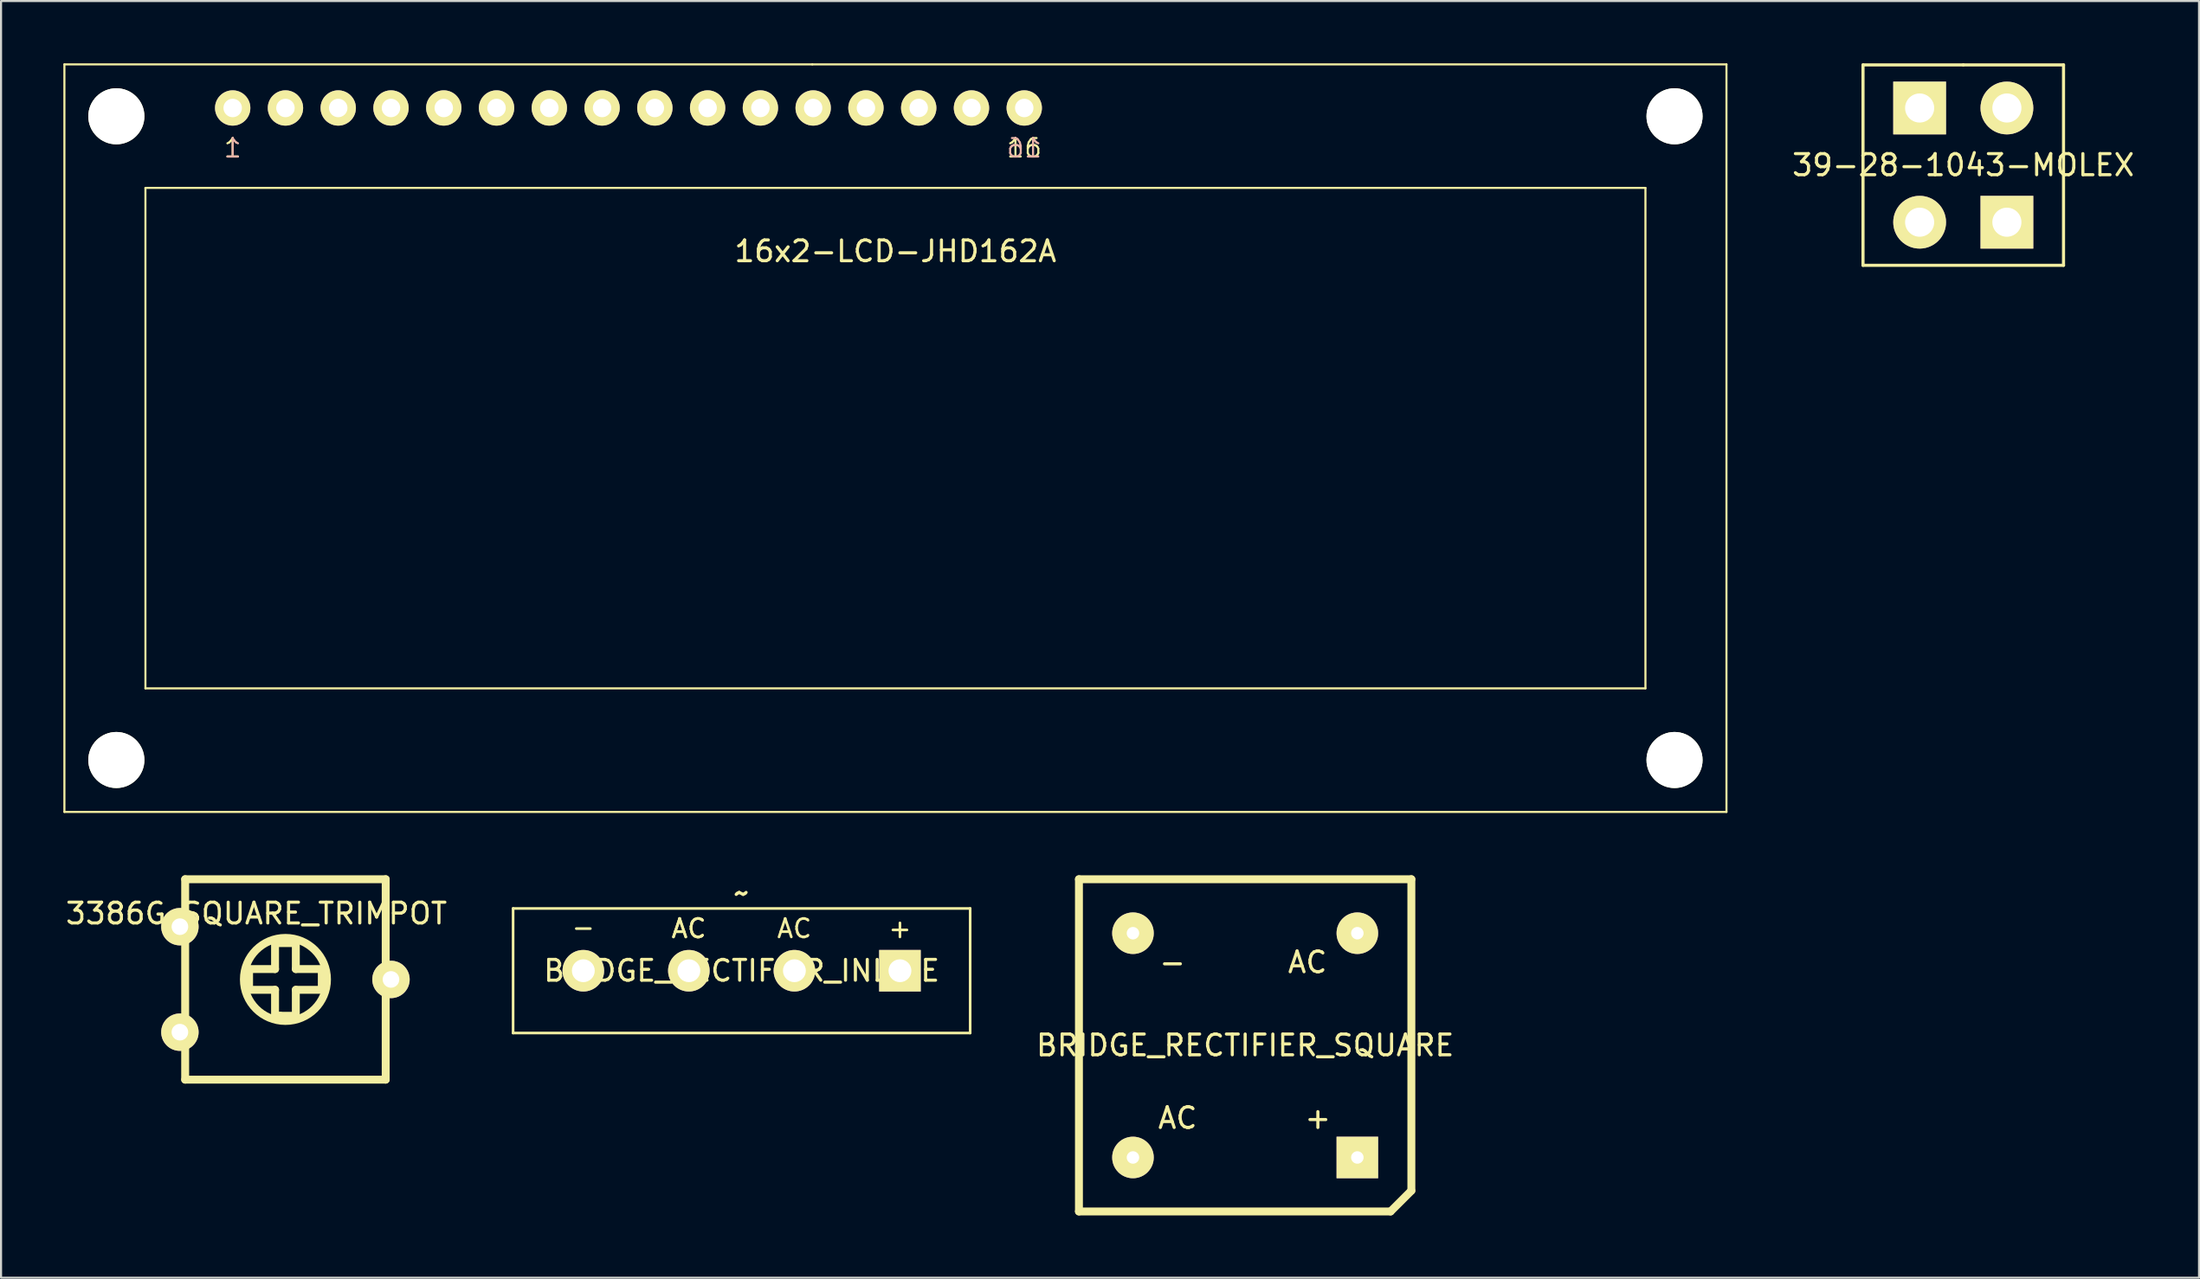
<source format=kicad_pcb>
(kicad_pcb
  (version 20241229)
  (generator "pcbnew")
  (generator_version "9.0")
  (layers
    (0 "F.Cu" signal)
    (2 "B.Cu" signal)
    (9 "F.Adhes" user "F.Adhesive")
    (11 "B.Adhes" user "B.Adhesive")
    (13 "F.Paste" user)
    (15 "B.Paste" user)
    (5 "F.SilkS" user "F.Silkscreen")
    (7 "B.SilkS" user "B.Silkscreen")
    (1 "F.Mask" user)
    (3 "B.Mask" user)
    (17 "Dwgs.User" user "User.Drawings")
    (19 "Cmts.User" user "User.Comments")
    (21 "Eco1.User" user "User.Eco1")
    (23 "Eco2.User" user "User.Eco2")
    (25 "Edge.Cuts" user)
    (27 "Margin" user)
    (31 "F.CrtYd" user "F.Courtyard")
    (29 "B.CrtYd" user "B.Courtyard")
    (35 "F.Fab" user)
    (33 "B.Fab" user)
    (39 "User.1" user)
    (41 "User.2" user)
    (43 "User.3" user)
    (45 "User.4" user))
  (footprint "BRIDGE_RECTIFIER_INLINE"
    (layer "F.Cu")
    (at 32.647 43.698)
    (property "Reference" "BRIDGE_RECTIFIER_INLINE" (at 0 0 0) (layer "F.SilkS") (effects (font (size 1 1) (thickness 0.15))))
    (attr through_hole)
    (fp_line (start -11 3) (end -11 -3) (stroke (width 0.127) (type solid)) (layer "F.SilkS"))
    (fp_line (start -11 3) (end 11 3) (stroke (width 0.127) (type solid)) (layer "F.SilkS"))
    (fp_line (start 11 -3) (end -11 -3) (stroke (width 0.127) (type solid)) (layer "F.SilkS"))
    (fp_line (start 11 -3) (end 11 3) (stroke (width 0.127) (type solid)) (layer "F.SilkS"))
    (fp_text user "AC" (at -2.54 -2.032 0) (layer "F.SilkS") (effects (font (size 0.889 0.889) (thickness 0.127))))
    (fp_text user "AC" (at -2.54 -2.032 0) (layer "F.SilkS") (effects (font (size 0.889 0.889) (thickness 0.127))))
    (fp_text user "+" (at 7.62 -2.032 0) (layer "F.SilkS") (effects (font (size 0.889 0.889) (thickness 0.127))))
    (fp_text user "-" (at -7.62 -2.095 0) (layer "F.SilkS") (effects (font (size 0.889 0.889) (thickness 0.127))))
    (fp_text user "~" (at 0 -3.75 0) (layer "F.SilkS") (effects (font (size 1 1) (thickness 0.15))))
    (fp_text user "AC" (at 2.54 -2.032 0) (layer "F.SilkS") (effects (font (size 0.889 0.889) (thickness 0.127))))
    (pad "1" thru_hole circle (at -7.62 0) (size 2 2) (drill 1.1) (layers "*.Cu" "*.Mask" "F.SilkS"))
    (pad "2" thru_hole circle (at 2.54 0) (size 2 2) (drill 1.1) (layers "*.Cu" "*.Mask" "F.SilkS"))
    (pad "3" thru_hole rect (at 7.62 0) (size 2 2) (drill 1.1) (layers "*.Cu" "*.Mask" "F.SilkS"))
    (pad "4" thru_hole circle (at -2.54 0) (size 2 2) (drill 1.1) (layers "*.Cu" "*.Mask" "F.SilkS")))
  (footprint "39-28-1043-MOLEX"
    (layer "F.Cu")
    (at 91.448 4.901)
    (property "Reference" "39-28-1043-MOLEX" (at 0 0 0) (layer "F.SilkS") (effects (font (size 1.016 1.016) (thickness 0.15))))
    (attr through_hole)
    (fp_line (start -4.826 -4.826) (end -4.826 4.826) (stroke (width 0.15) (type solid)) (layer "F.SilkS"))
    (fp_line (start -4.826 4.826) (end 4.826 4.826) (stroke (width 0.15) (type solid)) (layer "F.SilkS"))
    (fp_line (start 0 -4.826) (end -4.826 -4.826) (stroke (width 0.15) (type solid)) (layer "F.SilkS"))
    (fp_line (start 4.826 -4.826) (end 0 -4.826) (stroke (width 0.15) (type solid)) (layer "F.SilkS"))
    (fp_line (start 4.826 4.826) (end 4.826 -4.826) (stroke (width 0.15) (type solid)) (layer "F.SilkS"))
    (pad "1" thru_hole rect (at -2.1 -2.75) (size 2.54 2.54) (drill 1.4) (layers "*.Cu" "*.Mask" "F.SilkS"))
    (pad "2" thru_hole circle (at 2.1 -2.75) (size 2.54 2.54) (drill 1.4) (layers "*.Cu" "*.Mask" "F.SilkS"))
    (pad "3" thru_hole circle (at -2.1 2.75) (size 2.54 2.54) (drill 1.4) (layers "*.Cu" "*.Mask" "F.SilkS"))
    (pad "4" thru_hole rect (at 2.1 2.75) (size 2.54 2.54) (drill 1.4) (layers "*.Cu" "*.Mask" "F.SilkS")))
  (footprint "16x2-LCD-JHD162A"
    (layer "F.Cu")
    (at 40.05 18.05)
    (property "Reference" "16x2-LCD-JHD162A" (at 0 -9 0) (layer "F.SilkS") (effects (font (size 1 1) (thickness 0.15))))
    (attr through_hole)
    (fp_line (start -40 -18) (end -4 -18) (stroke (width 0.1) (type solid)) (layer "F.SilkS"))
    (fp_line (start -40 18) (end -40 -18) (stroke (width 0.1) (type solid)) (layer "F.SilkS"))
    (fp_line (start -36.1 -12.05) (end -36.1 12.05) (stroke (width 0.1) (type solid)) (layer "F.SilkS"))
    (fp_line (start -36.1 -12.05) (end 36.1 -12.05) (stroke (width 0.1) (type solid)) (layer "F.SilkS"))
    (fp_line (start -36.1 12.05) (end 36.1 12.05) (stroke (width 0.1) (type solid)) (layer "F.SilkS"))
    (fp_line (start -4 -18) (end 40 -18) (stroke (width 0.1) (type solid)) (layer "F.SilkS"))
    (fp_line (start 36.1 -12.05) (end 36.1 12.05) (stroke (width 0.1) (type solid)) (layer "F.SilkS"))
    (fp_line (start 40 -18) (end 40 18) (stroke (width 0.1) (type solid)) (layer "F.SilkS"))
    (fp_line (start 40 18) (end -40 18) (stroke (width 0.1) (type solid)) (layer "F.SilkS"))
    (fp_text user "1" (at -31.9 -13.97 0) (layer "F.SilkS") (effects (font (size 0.889 0.889) (thickness 0.1))))
    (fp_text user "16" (at 6.2 -13.97 0) (layer "F.SilkS") (effects (font (size 0.889 0.889) (thickness 0.1))))
    (fp_text user "1" (at -31.9 -13.97 0) (layer "B.SilkS") (effects (font (size 0.889 0.889) (thickness 0.1)) (justify mirror)))
    (fp_text user "16" (at 6.2 -13.97 0) (layer "B.SilkS") (effects (font (size 0.889 0.889) (thickness 0.1)) (justify mirror)))
    (pad "" np_thru_hole circle (at -37.5 -15.5) (size 2.7 2.7) (drill 2.7) (layers "*.Cu" "*.Mask" "F.SilkS"))
    (pad "" np_thru_hole circle (at -37.5 15.5) (size 2.7 2.7) (drill 2.7) (layers "*.Cu" "*.Mask" "F.SilkS"))
    (pad "" np_thru_hole circle (at 37.5 -15.5) (size 2.7 2.7) (drill 2.7) (layers "*.Cu" "*.Mask" "F.SilkS"))
    (pad "" np_thru_hole circle (at 37.5 15.5) (size 2.7 2.7) (drill 2.7) (layers "*.Cu" "*.Mask" "F.SilkS"))
    (pad "1" thru_hole circle (at -31.9 -15.9) (size 1.7 1.7) (drill 0.889) (layers "*.Cu" "*.Mask" "F.SilkS"))
    (pad "2" thru_hole circle (at -29.36 -15.9) (size 1.7 1.7) (drill 0.889) (layers "*.Cu" "*.Mask" "F.SilkS"))
    (pad "3" thru_hole circle (at -26.82 -15.9) (size 1.7 1.7) (drill 0.889) (layers "*.Cu" "*.Mask" "F.SilkS"))
    (pad "4" thru_hole circle (at -24.28 -15.9) (size 1.7 1.7) (drill 0.889) (layers "*.Cu" "*.Mask" "F.SilkS"))
    (pad "5" thru_hole circle (at -21.74 -15.9) (size 1.7 1.7) (drill 0.889) (layers "*.Cu" "*.Mask" "F.SilkS"))
    (pad "6" thru_hole circle (at -19.2 -15.9) (size 1.7 1.7) (drill 0.889) (layers "*.Cu" "*.Mask" "F.SilkS"))
    (pad "7" thru_hole circle (at -16.66 -15.9) (size 1.7 1.7) (drill 0.889) (layers "*.Cu" "*.Mask" "F.SilkS"))
    (pad "8" thru_hole circle (at -14.12 -15.9) (size 1.7 1.7) (drill 0.889) (layers "*.Cu" "*.Mask" "F.SilkS"))
    (pad "9" thru_hole circle (at -11.58 -15.9) (size 1.7 1.7) (drill 0.889) (layers "*.Cu" "*.Mask" "F.SilkS"))
    (pad "10" thru_hole circle (at -9.04 -15.9) (size 1.7 1.7) (drill 0.889) (layers "*.Cu" "*.Mask" "F.SilkS"))
    (pad "11" thru_hole circle (at -6.5 -15.9) (size 1.7 1.7) (drill 0.889) (layers "*.Cu" "*.Mask" "F.SilkS"))
    (pad "12" thru_hole circle (at -3.96 -15.9) (size 1.7 1.7) (drill 0.889) (layers "*.Cu" "*.Mask" "F.SilkS"))
    (pad "13" thru_hole circle (at -1.42 -15.9) (size 1.7 1.7) (drill 0.889) (layers "*.Cu" "*.Mask" "F.SilkS"))
    (pad "14" thru_hole circle (at 1.12 -15.9) (size 1.7 1.7) (drill 0.889) (layers "*.Cu" "*.Mask" "F.SilkS"))
    (pad "15" thru_hole circle (at 3.66 -15.9) (size 1.7 1.7) (drill 0.889) (layers "*.Cu" "*.Mask" "F.SilkS"))
    (pad "16" thru_hole circle (at 6.2 -15.9) (size 1.7 1.7) (drill 0.889) (layers "*.Cu" "*.Mask" "F.SilkS")))
  (footprint "3386G_SQUARE_TRIMPOT"
    (layer "F.Cu")
    (at 10.689 44.117)
    (property "Reference" "3386G_SQUARE_TRIMPOT" (at -1.397 -3.175 0) (layer "F.SilkS") (effects (font (size 1 1) (thickness 0.15))))
    (attr through_hole)
    (fp_line (start -4.826 -4.826) (end -4.826 4.826) (stroke (width 0.381) (type solid)) (layer "F.SilkS"))
    (fp_line (start -4.826 4.826) (end 4.826 4.826) (stroke (width 0.381) (type solid)) (layer "F.SilkS"))
    (fp_line (start -1.75 -0.5) (end -0.5 -0.5) (stroke (width 0.381) (type solid)) (layer "F.SilkS"))
    (fp_line (start -1.75 0.5) (end -1.75 -0.5) (stroke (width 0.381) (type solid)) (layer "F.SilkS"))
    (fp_line (start -0.5 -1.75) (end 0.5 -1.75) (stroke (width 0.381) (type solid)) (layer "F.SilkS"))
    (fp_line (start -0.5 -0.5) (end -0.5 -1.75) (stroke (width 0.381) (type solid)) (layer "F.SilkS"))
    (fp_line (start -0.5 0.5) (end -1.75 0.5) (stroke (width 0.381) (type solid)) (layer "F.SilkS"))
    (fp_line (start -0.5 1.75) (end -0.5 0.5) (stroke (width 0.381) (type solid)) (layer "F.SilkS"))
    (fp_line (start -0.25 1.75) (end -0.5 1.75) (stroke (width 0.381) (type solid)) (layer "F.SilkS"))
    (fp_line (start 0.5 -1.75) (end 0.5 -0.5) (stroke (width 0.381) (type solid)) (layer "F.SilkS"))
    (fp_line (start 0.5 -0.5) (end 1.75 -0.5) (stroke (width 0.381) (type solid)) (layer "F.SilkS"))
    (fp_line (start 0.5 0.5) (end 0.5 1.75) (stroke (width 0.381) (type solid)) (layer "F.SilkS"))
    (fp_line (start 0.5 1.75) (end -0.25 1.75) (stroke (width 0.381) (type solid)) (layer "F.SilkS"))
    (fp_line (start 1.75 -0.5) (end 1.75 0.5) (stroke (width 0.381) (type solid)) (layer "F.SilkS"))
    (fp_line (start 1.75 0.5) (end 0.5 0.5) (stroke (width 0.381) (type solid)) (layer "F.SilkS"))
    (fp_line (start 4.826 -4.826) (end -4.826 -4.826) (stroke (width 0.381) (type solid)) (layer "F.SilkS"))
    (fp_line (start 4.826 4.826) (end 4.826 -4.826) (stroke (width 0.381) (type solid)) (layer "F.SilkS"))
    (fp_circle (center 0 0) (end 0 -2) (stroke (width 0.381) (type solid)) (fill no) (layer "F.SilkS"))
    (pad "1" thru_hole circle (at -5.08 -2.54) (size 1.8 1.8) (drill 0.8) (layers "*.Cu" "*.Mask" "F.SilkS"))
    (pad "2" thru_hole circle (at 5.08 0) (size 1.8 1.8) (drill 0.8) (layers "*.Cu" "*.Mask" "F.SilkS"))
    (pad "3" thru_hole circle (at -5.08 2.54) (size 1.8 1.8) (drill 0.8) (layers "*.Cu" "*.Mask" "F.SilkS")))
  (footprint "BRIDGE_RECTIFIER_SQUARE"
    (layer "F.Cu")
    (at 56.883 47.291)
    (property "Reference" "BRIDGE_RECTIFIER_SQUARE" (at 0 0 0) (layer "F.SilkS") (effects (font (size 1 1) (thickness 0.15))))
    (attr through_hole)
    (fp_line (start -8 -8) (end -8 8) (stroke (width 0.381) (type solid)) (layer "F.SilkS"))
    (fp_line (start -8 8) (end 7 8) (stroke (width 0.381) (type solid)) (layer "F.SilkS"))
    (fp_line (start 7 8) (end 8 7) (stroke (width 0.381) (type solid)) (layer "F.SilkS"))
    (fp_line (start 8 -8) (end -8 -8) (stroke (width 0.381) (type solid)) (layer "F.SilkS"))
    (fp_line (start 8 7) (end 8 -8) (stroke (width 0.381) (type solid)) (layer "F.SilkS"))
    (fp_text user "+" (at 3.5 3.5 0) (layer "F.SilkS") (effects (font (size 1 1) (thickness 0.15))))
    (fp_text user "AC" (at 3 -4 0) (layer "F.SilkS") (effects (font (size 1 1) (thickness 0.15))))
    (fp_text user "-" (at -3.5 -4 0) (layer "F.SilkS") (effects (font (size 1 1) (thickness 0.15))))
    (fp_text user "AC" (at -3.25 3.5 0) (layer "F.SilkS") (effects (font (size 1 1) (thickness 0.15))))
    (pad "1" thru_hole circle (at -5.4 -5.4) (size 2 2) (drill 0.6) (layers "*.Cu" "*.Mask" "F.SilkS"))
    (pad "2" thru_hole circle (at 5.4 -5.4) (size 2 2) (drill 0.6) (layers "*.Cu" "*.Mask" "F.SilkS"))
    (pad "3" thru_hole rect (at 5.4 5.4) (size 2 2) (drill 0.6) (layers "*.Cu" "*.Mask" "F.SilkS"))
    (pad "4" thru_hole circle (at -5.4 5.4) (size 2 2) (drill 0.6) (layers "*.Cu" "*.Mask" "F.SilkS")))
  (gr_rect
    (start -3 -3)
    (end 102.796 58.481)
    (stroke (width 0.1) (type default))
    (fill no)
    (layer "Edge.Cuts")))
</source>
